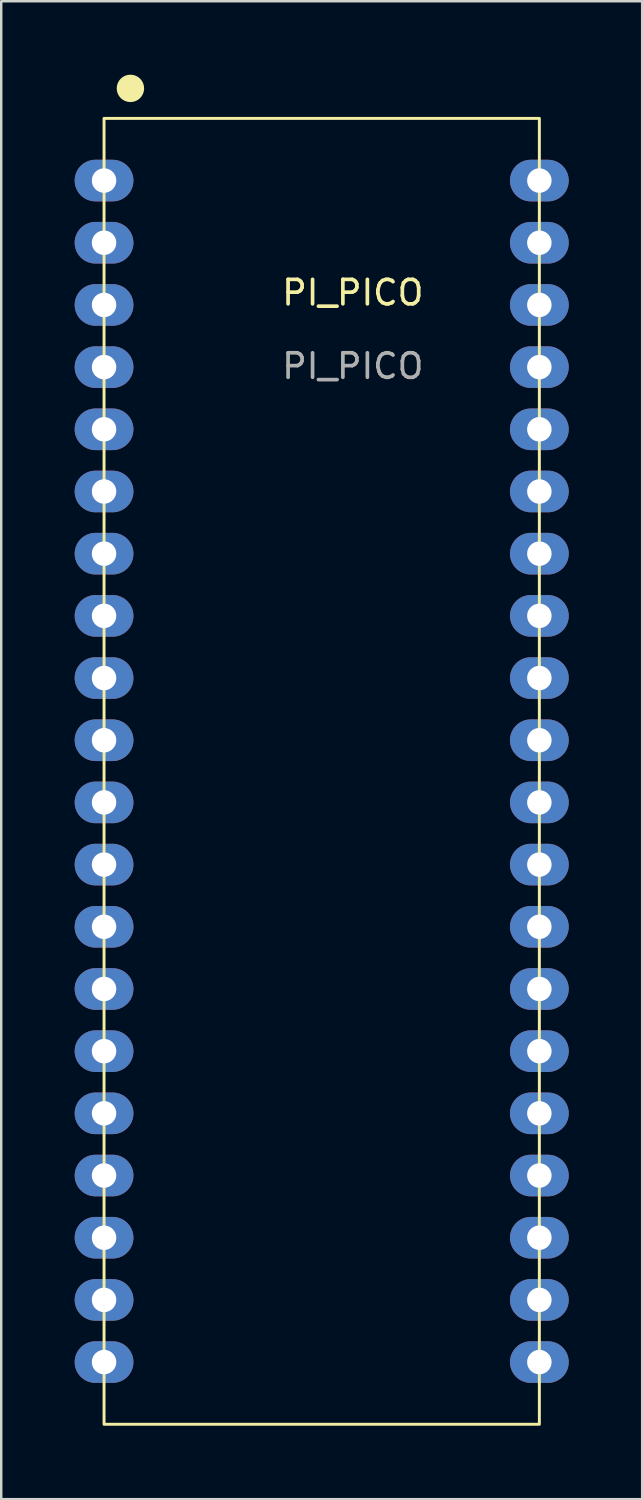
<source format=kicad_pcb>
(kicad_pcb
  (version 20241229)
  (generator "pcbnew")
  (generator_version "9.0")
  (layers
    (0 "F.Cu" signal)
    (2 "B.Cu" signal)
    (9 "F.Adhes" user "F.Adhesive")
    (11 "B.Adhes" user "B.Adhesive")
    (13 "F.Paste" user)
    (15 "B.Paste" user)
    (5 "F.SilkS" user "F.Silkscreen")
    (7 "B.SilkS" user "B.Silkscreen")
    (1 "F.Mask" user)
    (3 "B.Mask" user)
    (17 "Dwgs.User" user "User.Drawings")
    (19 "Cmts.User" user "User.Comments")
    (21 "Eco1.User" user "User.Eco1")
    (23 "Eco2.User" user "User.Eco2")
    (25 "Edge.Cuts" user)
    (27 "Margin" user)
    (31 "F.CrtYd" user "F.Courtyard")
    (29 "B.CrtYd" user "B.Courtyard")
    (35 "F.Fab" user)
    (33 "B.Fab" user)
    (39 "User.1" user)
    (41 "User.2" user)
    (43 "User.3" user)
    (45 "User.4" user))
  (footprint "PI_PICO"
    (layer "F.Cu")
    (at 11.36 9.405)
    (property "Reference" "PI_PICO" (at 0 -0.5 0) (unlocked yes) (layer "F.SilkS") (effects (font (size 1 1) (thickness 0.15))))
    (attr through_hole)
    (fp_rect (start -10.16 -7.62) (end 7.62 45.72) (stroke (width 0.12) (type solid)) (fill no) (layer "F.SilkS"))
    (fp_circle (center -9.083 -8.845) (end -8.583 -8.845) (stroke (width 0.12) (type solid)) (fill yes) (layer "F.SilkS"))
    (fp_text user "${REFERENCE}" (at 0 2.5 0) (unlocked yes) (layer "F.Fab") (effects (font (size 1 1) (thickness 0.15))))
    (pad "1" thru_hole oval (at -10.16 -5.08) (size 2.4 1.7) (drill 1) (layers "*.Cu" "*.Mask"))
    (pad "2" thru_hole oval (at -10.16 -2.54) (size 2.4 1.7) (drill 1) (layers "*.Cu" "*.Mask"))
    (pad "3" thru_hole oval (at -10.16 0) (size 2.4 1.7) (drill 1) (layers "*.Cu" "*.Mask"))
    (pad "4" thru_hole oval (at -10.16 2.54) (size 2.4 1.7) (drill 1) (layers "*.Cu" "*.Mask"))
    (pad "5" thru_hole oval (at -10.16 5.08) (size 2.4 1.7) (drill 1) (layers "*.Cu" "*.Mask"))
    (pad "6" thru_hole oval (at -10.16 7.62) (size 2.4 1.7) (drill 1) (layers "*.Cu" "*.Mask"))
    (pad "7" thru_hole oval (at -10.16 10.16) (size 2.4 1.7) (drill 1) (layers "*.Cu" "*.Mask"))
    (pad "8" thru_hole oval (at -10.16 12.7) (size 2.4 1.7) (drill 1) (layers "*.Cu" "*.Mask"))
    (pad "9" thru_hole oval (at -10.16 15.24) (size 2.4 1.7) (drill 1) (layers "*.Cu" "*.Mask"))
    (pad "10" thru_hole oval (at -10.16 17.78) (size 2.4 1.7) (drill 1) (layers "*.Cu" "*.Mask"))
    (pad "11" thru_hole oval (at -10.16 20.32) (size 2.4 1.7) (drill 1) (layers "*.Cu" "*.Mask"))
    (pad "12" thru_hole oval (at -10.16 22.86) (size 2.4 1.7) (drill 1) (layers "*.Cu" "*.Mask"))
    (pad "13" thru_hole oval (at -10.16 25.4) (size 2.4 1.7) (drill 1) (layers "*.Cu" "*.Mask"))
    (pad "14" thru_hole oval (at -10.16 27.94) (size 2.4 1.7) (drill 1) (layers "*.Cu" "*.Mask"))
    (pad "15" thru_hole oval (at -10.16 30.48) (size 2.4 1.7) (drill 1) (layers "*.Cu" "*.Mask"))
    (pad "16" thru_hole oval (at -10.16 33.02) (size 2.4 1.7) (drill 1) (layers "*.Cu" "*.Mask"))
    (pad "17" thru_hole oval (at -10.16 35.56) (size 2.4 1.7) (drill 1) (layers "*.Cu" "*.Mask"))
    (pad "18" thru_hole oval (at -10.16 38.1) (size 2.4 1.7) (drill 1) (layers "*.Cu" "*.Mask"))
    (pad "19" thru_hole oval (at -10.16 40.64) (size 2.4 1.7) (drill 1) (layers "*.Cu" "*.Mask"))
    (pad "20" thru_hole oval (at -10.16 43.18) (size 2.4 1.7) (drill 1) (layers "*.Cu" "*.Mask"))
    (pad "21" thru_hole oval (at 7.62 43.18) (size 2.4 1.7) (drill 1) (layers "*.Cu" "*.Mask"))
    (pad "22" thru_hole oval (at 7.62 40.64) (size 2.4 1.7) (drill 1) (layers "*.Cu" "*.Mask"))
    (pad "23" thru_hole oval (at 7.62 38.1) (size 2.4 1.7) (drill 1) (layers "*.Cu" "*.Mask"))
    (pad "24" thru_hole oval (at 7.62 35.56) (size 2.4 1.7) (drill 1) (layers "*.Cu" "*.Mask"))
    (pad "25" thru_hole oval (at 7.62 33.02) (size 2.4 1.7) (drill 1) (layers "*.Cu" "*.Mask"))
    (pad "26" thru_hole oval (at 7.62 30.48) (size 2.4 1.7) (drill 1) (layers "*.Cu" "*.Mask"))
    (pad "27" thru_hole oval (at 7.62 27.94) (size 2.4 1.7) (drill 1) (layers "*.Cu" "*.Mask"))
    (pad "28" thru_hole oval (at 7.62 25.4) (size 2.4 1.7) (drill 1) (layers "*.Cu" "*.Mask"))
    (pad "29" thru_hole oval (at 7.62 22.86) (size 2.4 1.7) (drill 1) (layers "*.Cu" "*.Mask"))
    (pad "30" thru_hole oval (at 7.62 20.32) (size 2.4 1.7) (drill 1) (layers "*.Cu" "*.Mask"))
    (pad "31" thru_hole oval (at 7.62 17.78) (size 2.4 1.7) (drill 1) (layers "*.Cu" "*.Mask"))
    (pad "32" thru_hole oval (at 7.62 15.24) (size 2.4 1.7) (drill 1) (layers "*.Cu" "*.Mask"))
    (pad "33" thru_hole oval (at 7.62 12.7) (size 2.4 1.7) (drill 1) (layers "*.Cu" "*.Mask"))
    (pad "34" thru_hole oval (at 7.62 10.16) (size 2.4 1.7) (drill 1) (layers "*.Cu" "*.Mask"))
    (pad "35" thru_hole oval (at 7.62 7.62) (size 2.4 1.7) (drill 1) (layers "*.Cu" "*.Mask"))
    (pad "36" thru_hole oval (at 7.62 5.08) (size 2.4 1.7) (drill 1) (layers "*.Cu" "*.Mask"))
    (pad "37" thru_hole oval (at 7.62 2.54) (size 2.4 1.7) (drill 1) (layers "*.Cu" "*.Mask"))
    (pad "38" thru_hole oval (at 7.62 0) (size 2.4 1.7) (drill 1) (layers "*.Cu" "*.Mask"))
    (pad "39" thru_hole oval (at 7.62 -2.54) (size 2.4 1.7) (drill 1) (layers "*.Cu" "*.Mask"))
    (pad "40" thru_hole oval (at 7.62 -5.08) (size 2.4 1.7) (drill 1) (layers "*.Cu" "*.Mask")))
  (gr_rect
    (start -3 -3)
    (end 23.18 58.185)
    (stroke (width 0.1) (type default))
    (fill no)
    (layer "Edge.Cuts")))
</source>
